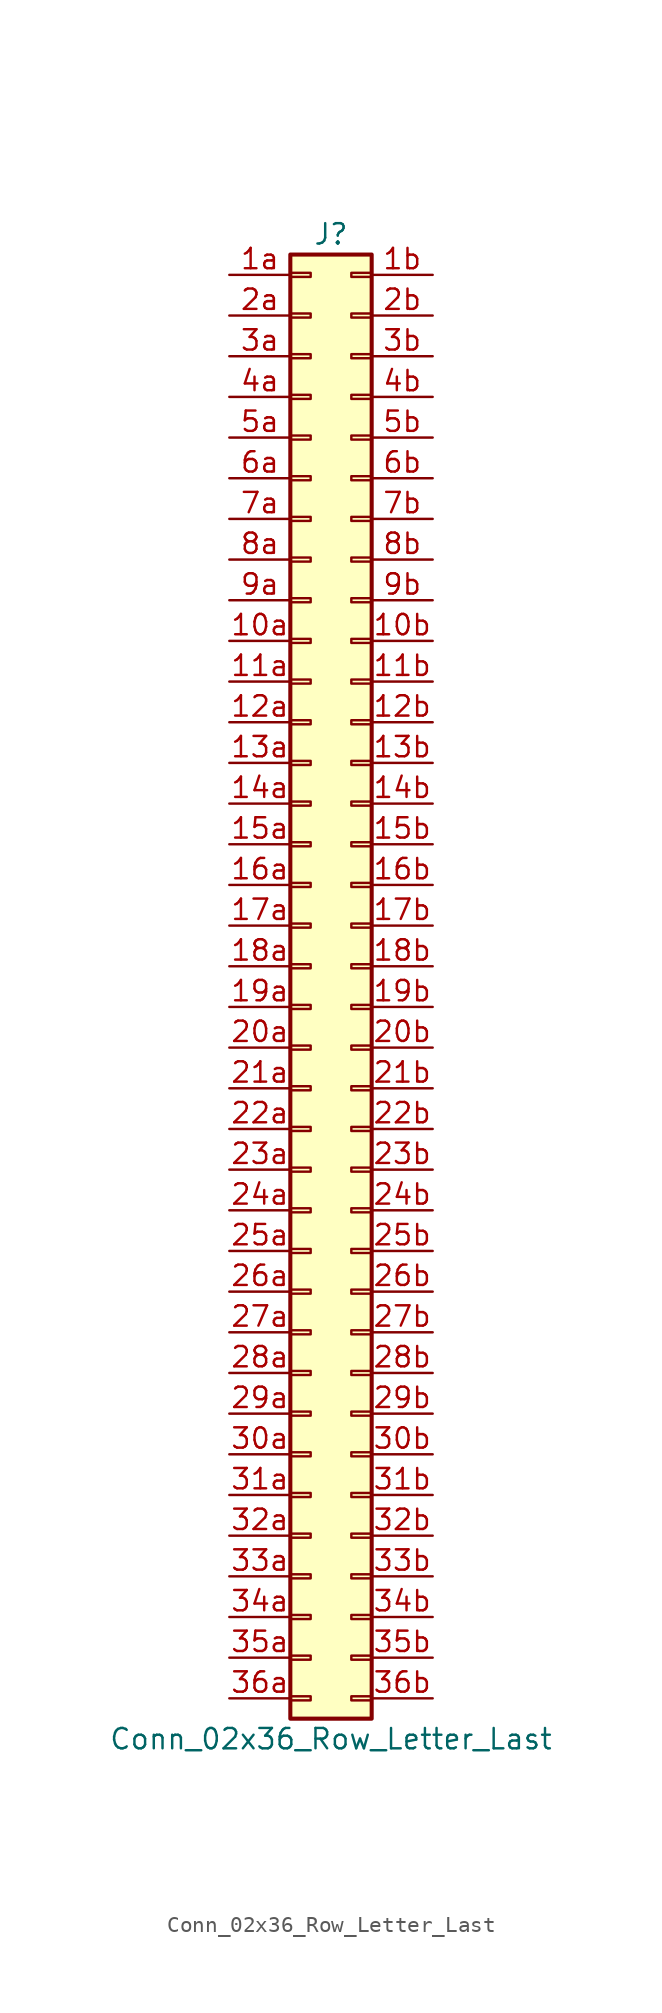
<source format=kicad_sym>
(kicad_symbol_lib
  (version 20220914)
  (generator kicad_symbol_editor)
  (symbol "Conn_02x36_Row_Letter_Last"
    (pin_names
      (offset 1.016) hide)
    (property "Reference" "J"
      (at 1.27 45.72 0)
      (effects (font (size 1.27 1.27))))
    (property "Value" "Conn_02x36_Row_Letter_Last"
      (at 1.27 -48.26 0)
      (effects (font (size 1.27 1.27))))
    (symbol "Conn_02x36_Row_Letter_Last_1_1"
      (rectangle (start -1.27 -45.593) (end 0 -45.847) (stroke (width 0.152) (type default)) (fill (type none)))
      (rectangle (start -1.27 -43.053) (end 0 -43.307) (stroke (width 0.152) (type default)) (fill (type none)))
      (rectangle (start -1.27 -40.513) (end 0 -40.767) (stroke (width 0.152) (type default)) (fill (type none)))
      (rectangle (start -1.27 -37.973) (end 0 -38.227) (stroke (width 0.152) (type default)) (fill (type none)))
      (rectangle (start -1.27 -35.433) (end 0 -35.687) (stroke (width 0.152) (type default)) (fill (type none)))
      (rectangle (start -1.27 -32.893) (end 0 -33.147) (stroke (width 0.152) (type default)) (fill (type none)))
      (rectangle (start -1.27 -30.353) (end 0 -30.607) (stroke (width 0.152) (type default)) (fill (type none)))
      (rectangle (start -1.27 -27.813) (end 0 -28.067) (stroke (width 0.152) (type default)) (fill (type none)))
      (rectangle (start -1.27 -25.273) (end 0 -25.527) (stroke (width 0.152) (type default)) (fill (type none)))
      (rectangle (start -1.27 -22.733) (end 0 -22.987) (stroke (width 0.152) (type default)) (fill (type none)))
      (rectangle (start -1.27 -20.193) (end 0 -20.447) (stroke (width 0.152) (type default)) (fill (type none)))
      (rectangle (start -1.27 -17.653) (end 0 -17.907) (stroke (width 0.152) (type default)) (fill (type none)))
      (rectangle (start -1.27 -15.113) (end 0 -15.367) (stroke (width 0.152) (type default)) (fill (type none)))
      (rectangle (start -1.27 -12.573) (end 0 -12.827) (stroke (width 0.152) (type default)) (fill (type none)))
      (rectangle (start -1.27 -10.033) (end 0 -10.287) (stroke (width 0.152) (type default)) (fill (type none)))
      (rectangle (start -1.27 -7.493) (end 0 -7.747) (stroke (width 0.152) (type default)) (fill (type none)))
      (rectangle (start -1.27 -4.953) (end 0 -5.207) (stroke (width 0.152) (type default)) (fill (type none)))
      (rectangle (start -1.27 -2.413) (end 0 -2.667) (stroke (width 0.152) (type default)) (fill (type none)))
      (rectangle (start -1.27 0.127) (end 0 -0.127) (stroke (width 0.152) (type default)) (fill (type none)))
      (rectangle (start -1.27 2.667) (end 0 2.413) (stroke (width 0.152) (type default)) (fill (type none)))
      (rectangle (start -1.27 5.207) (end 0 4.953) (stroke (width 0.152) (type default)) (fill (type none)))
      (rectangle (start -1.27 7.747) (end 0 7.493) (stroke (width 0.152) (type default)) (fill (type none)))
      (rectangle (start -1.27 10.287) (end 0 10.033) (stroke (width 0.152) (type default)) (fill (type none)))
      (rectangle (start -1.27 12.827) (end 0 12.573) (stroke (width 0.152) (type default)) (fill (type none)))
      (rectangle (start -1.27 15.367) (end 0 15.113) (stroke (width 0.152) (type default)) (fill (type none)))
      (rectangle (start -1.27 17.907) (end 0 17.653) (stroke (width 0.152) (type default)) (fill (type none)))
      (rectangle (start -1.27 20.447) (end 0 20.193) (stroke (width 0.152) (type default)) (fill (type none)))
      (rectangle (start -1.27 22.987) (end 0 22.733) (stroke (width 0.152) (type default)) (fill (type none)))
      (rectangle (start -1.27 25.527) (end 0 25.273) (stroke (width 0.152) (type default)) (fill (type none)))
      (rectangle (start -1.27 28.067) (end 0 27.813) (stroke (width 0.152) (type default)) (fill (type none)))
      (rectangle (start -1.27 30.607) (end 0 30.353) (stroke (width 0.152) (type default)) (fill (type none)))
      (rectangle (start -1.27 33.147) (end 0 32.893) (stroke (width 0.152) (type default)) (fill (type none)))
      (rectangle (start -1.27 35.687) (end 0 35.433) (stroke (width 0.152) (type default)) (fill (type none)))
      (rectangle (start -1.27 38.227) (end 0 37.973) (stroke (width 0.152) (type default)) (fill (type none)))
      (rectangle (start -1.27 40.767) (end 0 40.513) (stroke (width 0.152) (type default)) (fill (type none)))
      (rectangle (start -1.27 43.307) (end 0 43.053) (stroke (width 0.152) (type default)) (fill (type none)))
      (rectangle (start -1.27 44.45) (end 3.81 -46.99) (stroke (width 0.254) (type default)) (fill (type background)))
      (rectangle (start 3.81 -45.593) (end 2.54 -45.847) (stroke (width 0.152) (type default)) (fill (type none)))
      (rectangle (start 3.81 -43.053) (end 2.54 -43.307) (stroke (width 0.152) (type default)) (fill (type none)))
      (rectangle (start 3.81 -40.513) (end 2.54 -40.767) (stroke (width 0.152) (type default)) (fill (type none)))
      (rectangle (start 3.81 -37.973) (end 2.54 -38.227) (stroke (width 0.152) (type default)) (fill (type none)))
      (rectangle (start 3.81 -35.433) (end 2.54 -35.687) (stroke (width 0.152) (type default)) (fill (type none)))
      (rectangle (start 3.81 -32.893) (end 2.54 -33.147) (stroke (width 0.152) (type default)) (fill (type none)))
      (rectangle (start 3.81 -30.353) (end 2.54 -30.607) (stroke (width 0.152) (type default)) (fill (type none)))
      (rectangle (start 3.81 -27.813) (end 2.54 -28.067) (stroke (width 0.152) (type default)) (fill (type none)))
      (rectangle (start 3.81 -25.273) (end 2.54 -25.527) (stroke (width 0.152) (type default)) (fill (type none)))
      (rectangle (start 3.81 -22.733) (end 2.54 -22.987) (stroke (width 0.152) (type default)) (fill (type none)))
      (rectangle (start 3.81 -20.193) (end 2.54 -20.447) (stroke (width 0.152) (type default)) (fill (type none)))
      (rectangle (start 3.81 -17.653) (end 2.54 -17.907) (stroke (width 0.152) (type default)) (fill (type none)))
      (rectangle (start 3.81 -15.113) (end 2.54 -15.367) (stroke (width 0.152) (type default)) (fill (type none)))
      (rectangle (start 3.81 -12.573) (end 2.54 -12.827) (stroke (width 0.152) (type default)) (fill (type none)))
      (rectangle (start 3.81 -10.033) (end 2.54 -10.287) (stroke (width 0.152) (type default)) (fill (type none)))
      (rectangle (start 3.81 -7.493) (end 2.54 -7.747) (stroke (width 0.152) (type default)) (fill (type none)))
      (rectangle (start 3.81 -4.953) (end 2.54 -5.207) (stroke (width 0.152) (type default)) (fill (type none)))
      (rectangle (start 3.81 -2.413) (end 2.54 -2.667) (stroke (width 0.152) (type default)) (fill (type none)))
      (rectangle (start 3.81 0.127) (end 2.54 -0.127) (stroke (width 0.152) (type default)) (fill (type none)))
      (rectangle (start 3.81 2.667) (end 2.54 2.413) (stroke (width 0.152) (type default)) (fill (type none)))
      (rectangle (start 3.81 5.207) (end 2.54 4.953) (stroke (width 0.152) (type default)) (fill (type none)))
      (rectangle (start 3.81 7.747) (end 2.54 7.493) (stroke (width 0.152) (type default)) (fill (type none)))
      (rectangle (start 3.81 10.287) (end 2.54 10.033) (stroke (width 0.152) (type default)) (fill (type none)))
      (rectangle (start 3.81 12.827) (end 2.54 12.573) (stroke (width 0.152) (type default)) (fill (type none)))
      (rectangle (start 3.81 15.367) (end 2.54 15.113) (stroke (width 0.152) (type default)) (fill (type none)))
      (rectangle (start 3.81 17.907) (end 2.54 17.653) (stroke (width 0.152) (type default)) (fill (type none)))
      (rectangle (start 3.81 20.447) (end 2.54 20.193) (stroke (width 0.152) (type default)) (fill (type none)))
      (rectangle (start 3.81 22.987) (end 2.54 22.733) (stroke (width 0.152) (type default)) (fill (type none)))
      (rectangle (start 3.81 25.527) (end 2.54 25.273) (stroke (width 0.152) (type default)) (fill (type none)))
      (rectangle (start 3.81 28.067) (end 2.54 27.813) (stroke (width 0.152) (type default)) (fill (type none)))
      (rectangle (start 3.81 30.607) (end 2.54 30.353) (stroke (width 0.152) (type default)) (fill (type none)))
      (rectangle (start 3.81 33.147) (end 2.54 32.893) (stroke (width 0.152) (type default)) (fill (type none)))
      (rectangle (start 3.81 35.687) (end 2.54 35.433) (stroke (width 0.152) (type default)) (fill (type none)))
      (rectangle (start 3.81 38.227) (end 2.54 37.973) (stroke (width 0.152) (type default)) (fill (type none)))
      (rectangle (start 3.81 40.767) (end 2.54 40.513) (stroke (width 0.152) (type default)) (fill (type none)))
      (rectangle (start 3.81 43.307) (end 2.54 43.053) (stroke (width 0.152) (type default)) (fill (type none)))
      (pin passive line (at -5.08 20.32 0) (length 3.81) (name "Pin_10a" (effects (font (size 1.27 1.27)))) (number "10a" (effects (font (size 1.27 1.27)))))
      (pin passive line (at 7.62 20.32 180) (length 3.81) (name "Pin_10b" (effects (font (size 1.27 1.27)))) (number "10b" (effects (font (size 1.27 1.27)))))
      (pin passive line (at -5.08 17.78 0) (length 3.81) (name "Pin_11a" (effects (font (size 1.27 1.27)))) (number "11a" (effects (font (size 1.27 1.27)))))
      (pin passive line (at 7.62 17.78 180) (length 3.81) (name "Pin_11b" (effects (font (size 1.27 1.27)))) (number "11b" (effects (font (size 1.27 1.27)))))
      (pin passive line (at -5.08 15.24 0) (length 3.81) (name "Pin_12a" (effects (font (size 1.27 1.27)))) (number "12a" (effects (font (size 1.27 1.27)))))
      (pin passive line (at 7.62 15.24 180) (length 3.81) (name "Pin_12b" (effects (font (size 1.27 1.27)))) (number "12b" (effects (font (size 1.27 1.27)))))
      (pin passive line (at -5.08 12.7 0) (length 3.81) (name "Pin_13a" (effects (font (size 1.27 1.27)))) (number "13a" (effects (font (size 1.27 1.27)))))
      (pin passive line (at 7.62 12.7 180) (length 3.81) (name "Pin_13b" (effects (font (size 1.27 1.27)))) (number "13b" (effects (font (size 1.27 1.27)))))
      (pin passive line (at -5.08 10.16 0) (length 3.81) (name "Pin_14a" (effects (font (size 1.27 1.27)))) (number "14a" (effects (font (size 1.27 1.27)))))
      (pin passive line (at 7.62 10.16 180) (length 3.81) (name "Pin_14b" (effects (font (size 1.27 1.27)))) (number "14b" (effects (font (size 1.27 1.27)))))
      (pin passive line (at -5.08 7.62 0) (length 3.81) (name "Pin_15a" (effects (font (size 1.27 1.27)))) (number "15a" (effects (font (size 1.27 1.27)))))
      (pin passive line (at 7.62 7.62 180) (length 3.81) (name "Pin_15b" (effects (font (size 1.27 1.27)))) (number "15b" (effects (font (size 1.27 1.27)))))
      (pin passive line (at -5.08 5.08 0) (length 3.81) (name "Pin_16a" (effects (font (size 1.27 1.27)))) (number "16a" (effects (font (size 1.27 1.27)))))
      (pin passive line (at 7.62 5.08 180) (length 3.81) (name "Pin_16b" (effects (font (size 1.27 1.27)))) (number "16b" (effects (font (size 1.27 1.27)))))
      (pin passive line (at -5.08 2.54 0) (length 3.81) (name "Pin_17a" (effects (font (size 1.27 1.27)))) (number "17a" (effects (font (size 1.27 1.27)))))
      (pin passive line (at 7.62 2.54 180) (length 3.81) (name "Pin_17b" (effects (font (size 1.27 1.27)))) (number "17b" (effects (font (size 1.27 1.27)))))
      (pin passive line (at -5.08 0 0) (length 3.81) (name "Pin_18a" (effects (font (size 1.27 1.27)))) (number "18a" (effects (font (size 1.27 1.27)))))
      (pin passive line (at 7.62 0 180) (length 3.81) (name "Pin_18b" (effects (font (size 1.27 1.27)))) (number "18b" (effects (font (size 1.27 1.27)))))
      (pin passive line (at -5.08 -2.54 0) (length 3.81) (name "Pin_19a" (effects (font (size 1.27 1.27)))) (number "19a" (effects (font (size 1.27 1.27)))))
      (pin passive line (at 7.62 -2.54 180) (length 3.81) (name "Pin_19b" (effects (font (size 1.27 1.27)))) (number "19b" (effects (font (size 1.27 1.27)))))
      (pin passive line (at -5.08 43.18 0) (length 3.81) (name "Pin_1a" (effects (font (size 1.27 1.27)))) (number "1a" (effects (font (size 1.27 1.27)))))
      (pin passive line (at 7.62 43.18 180) (length 3.81) (name "Pin_1b" (effects (font (size 1.27 1.27)))) (number "1b" (effects (font (size 1.27 1.27)))))
      (pin passive line (at -5.08 -5.08 0) (length 3.81) (name "Pin_20a" (effects (font (size 1.27 1.27)))) (number "20a" (effects (font (size 1.27 1.27)))))
      (pin passive line (at 7.62 -5.08 180) (length 3.81) (name "Pin_20b" (effects (font (size 1.27 1.27)))) (number "20b" (effects (font (size 1.27 1.27)))))
      (pin passive line (at -5.08 -7.62 0) (length 3.81) (name "Pin_21a" (effects (font (size 1.27 1.27)))) (number "21a" (effects (font (size 1.27 1.27)))))
      (pin passive line (at 7.62 -7.62 180) (length 3.81) (name "Pin_21b" (effects (font (size 1.27 1.27)))) (number "21b" (effects (font (size 1.27 1.27)))))
      (pin passive line (at -5.08 -10.16 0) (length 3.81) (name "Pin_22a" (effects (font (size 1.27 1.27)))) (number "22a" (effects (font (size 1.27 1.27)))))
      (pin passive line (at 7.62 -10.16 180) (length 3.81) (name "Pin_22b" (effects (font (size 1.27 1.27)))) (number "22b" (effects (font (size 1.27 1.27)))))
      (pin passive line (at -5.08 -12.7 0) (length 3.81) (name "Pin_23a" (effects (font (size 1.27 1.27)))) (number "23a" (effects (font (size 1.27 1.27)))))
      (pin passive line (at 7.62 -12.7 180) (length 3.81) (name "Pin_23b" (effects (font (size 1.27 1.27)))) (number "23b" (effects (font (size 1.27 1.27)))))
      (pin passive line (at -5.08 -15.24 0) (length 3.81) (name "Pin_24a" (effects (font (size 1.27 1.27)))) (number "24a" (effects (font (size 1.27 1.27)))))
      (pin passive line (at 7.62 -15.24 180) (length 3.81) (name "Pin_24b" (effects (font (size 1.27 1.27)))) (number "24b" (effects (font (size 1.27 1.27)))))
      (pin passive line (at -5.08 -17.78 0) (length 3.81) (name "Pin_25a" (effects (font (size 1.27 1.27)))) (number "25a" (effects (font (size 1.27 1.27)))))
      (pin passive line (at 7.62 -17.78 180) (length 3.81) (name "Pin_25b" (effects (font (size 1.27 1.27)))) (number "25b" (effects (font (size 1.27 1.27)))))
      (pin passive line (at -5.08 -20.32 0) (length 3.81) (name "Pin_26a" (effects (font (size 1.27 1.27)))) (number "26a" (effects (font (size 1.27 1.27)))))
      (pin passive line (at 7.62 -20.32 180) (length 3.81) (name "Pin_26b" (effects (font (size 1.27 1.27)))) (number "26b" (effects (font (size 1.27 1.27)))))
      (pin passive line (at -5.08 -22.86 0) (length 3.81) (name "Pin_27a" (effects (font (size 1.27 1.27)))) (number "27a" (effects (font (size 1.27 1.27)))))
      (pin passive line (at 7.62 -22.86 180) (length 3.81) (name "Pin_27b" (effects (font (size 1.27 1.27)))) (number "27b" (effects (font (size 1.27 1.27)))))
      (pin passive line (at -5.08 -25.4 0) (length 3.81) (name "Pin_28a" (effects (font (size 1.27 1.27)))) (number "28a" (effects (font (size 1.27 1.27)))))
      (pin passive line (at 7.62 -25.4 180) (length 3.81) (name "Pin_28b" (effects (font (size 1.27 1.27)))) (number "28b" (effects (font (size 1.27 1.27)))))
      (pin passive line (at -5.08 -27.94 0) (length 3.81) (name "Pin_29a" (effects (font (size 1.27 1.27)))) (number "29a" (effects (font (size 1.27 1.27)))))
      (pin passive line (at 7.62 -27.94 180) (length 3.81) (name "Pin_29b" (effects (font (size 1.27 1.27)))) (number "29b" (effects (font (size 1.27 1.27)))))
      (pin passive line (at -5.08 40.64 0) (length 3.81) (name "Pin_2a" (effects (font (size 1.27 1.27)))) (number "2a" (effects (font (size 1.27 1.27)))))
      (pin passive line (at 7.62 40.64 180) (length 3.81) (name "Pin_2b" (effects (font (size 1.27 1.27)))) (number "2b" (effects (font (size 1.27 1.27)))))
      (pin passive line (at -5.08 -30.48 0) (length 3.81) (name "Pin_30a" (effects (font (size 1.27 1.27)))) (number "30a" (effects (font (size 1.27 1.27)))))
      (pin passive line (at 7.62 -30.48 180) (length 3.81) (name "Pin_30b" (effects (font (size 1.27 1.27)))) (number "30b" (effects (font (size 1.27 1.27)))))
      (pin passive line (at -5.08 -33.02 0) (length 3.81) (name "Pin_31a" (effects (font (size 1.27 1.27)))) (number "31a" (effects (font (size 1.27 1.27)))))
      (pin passive line (at 7.62 -33.02 180) (length 3.81) (name "Pin_31b" (effects (font (size 1.27 1.27)))) (number "31b" (effects (font (size 1.27 1.27)))))
      (pin passive line (at -5.08 -35.56 0) (length 3.81) (name "Pin_32a" (effects (font (size 1.27 1.27)))) (number "32a" (effects (font (size 1.27 1.27)))))
      (pin passive line (at 7.62 -35.56 180) (length 3.81) (name "Pin_32b" (effects (font (size 1.27 1.27)))) (number "32b" (effects (font (size 1.27 1.27)))))
      (pin passive line (at -5.08 -38.1 0) (length 3.81) (name "Pin_33a" (effects (font (size 1.27 1.27)))) (number "33a" (effects (font (size 1.27 1.27)))))
      (pin passive line (at 7.62 -38.1 180) (length 3.81) (name "Pin_33b" (effects (font (size 1.27 1.27)))) (number "33b" (effects (font (size 1.27 1.27)))))
      (pin passive line (at -5.08 -40.64 0) (length 3.81) (name "Pin_34a" (effects (font (size 1.27 1.27)))) (number "34a" (effects (font (size 1.27 1.27)))))
      (pin passive line (at 7.62 -40.64 180) (length 3.81) (name "Pin_34b" (effects (font (size 1.27 1.27)))) (number "34b" (effects (font (size 1.27 1.27)))))
      (pin passive line (at -5.08 -43.18 0) (length 3.81) (name "Pin_35a" (effects (font (size 1.27 1.27)))) (number "35a" (effects (font (size 1.27 1.27)))))
      (pin passive line (at 7.62 -43.18 180) (length 3.81) (name "Pin_35b" (effects (font (size 1.27 1.27)))) (number "35b" (effects (font (size 1.27 1.27)))))
      (pin passive line (at -5.08 -45.72 0) (length 3.81) (name "Pin_36a" (effects (font (size 1.27 1.27)))) (number "36a" (effects (font (size 1.27 1.27)))))
      (pin passive line (at 7.62 -45.72 180) (length 3.81) (name "Pin_36b" (effects (font (size 1.27 1.27)))) (number "36b" (effects (font (size 1.27 1.27)))))
      (pin passive line (at -5.08 38.1 0) (length 3.81) (name "Pin_3a" (effects (font (size 1.27 1.27)))) (number "3a" (effects (font (size 1.27 1.27)))))
      (pin passive line (at 7.62 38.1 180) (length 3.81) (name "Pin_3b" (effects (font (size 1.27 1.27)))) (number "3b" (effects (font (size 1.27 1.27)))))
      (pin passive line (at -5.08 35.56 0) (length 3.81) (name "Pin_4a" (effects (font (size 1.27 1.27)))) (number "4a" (effects (font (size 1.27 1.27)))))
      (pin passive line (at 7.62 35.56 180) (length 3.81) (name "Pin_4b" (effects (font (size 1.27 1.27)))) (number "4b" (effects (font (size 1.27 1.27)))))
      (pin passive line (at -5.08 33.02 0) (length 3.81) (name "Pin_5a" (effects (font (size 1.27 1.27)))) (number "5a" (effects (font (size 1.27 1.27)))))
      (pin passive line (at 7.62 33.02 180) (length 3.81) (name "Pin_5b" (effects (font (size 1.27 1.27)))) (number "5b" (effects (font (size 1.27 1.27)))))
      (pin passive line (at -5.08 30.48 0) (length 3.81) (name "Pin_6a" (effects (font (size 1.27 1.27)))) (number "6a" (effects (font (size 1.27 1.27)))))
      (pin passive line (at 7.62 30.48 180) (length 3.81) (name "Pin_6b" (effects (font (size 1.27 1.27)))) (number "6b" (effects (font (size 1.27 1.27)))))
      (pin passive line (at -5.08 27.94 0) (length 3.81) (name "Pin_7a" (effects (font (size 1.27 1.27)))) (number "7a" (effects (font (size 1.27 1.27)))))
      (pin passive line (at 7.62 27.94 180) (length 3.81) (name "Pin_7b" (effects (font (size 1.27 1.27)))) (number "7b" (effects (font (size 1.27 1.27)))))
      (pin passive line (at -5.08 25.4 0) (length 3.81) (name "Pin_8a" (effects (font (size 1.27 1.27)))) (number "8a" (effects (font (size 1.27 1.27)))))
      (pin passive line (at 7.62 25.4 180) (length 3.81) (name "Pin_8b" (effects (font (size 1.27 1.27)))) (number "8b" (effects (font (size 1.27 1.27)))))
      (pin passive line (at -5.08 22.86 0) (length 3.81) (name "Pin_9a" (effects (font (size 1.27 1.27)))) (number "9a" (effects (font (size 1.27 1.27)))))
      (pin passive line (at 7.62 22.86 180) (length 3.81) (name "Pin_9b" (effects (font (size 1.27 1.27)))) (number "9b" (effects (font (size 1.27 1.27))))))))
</source>
